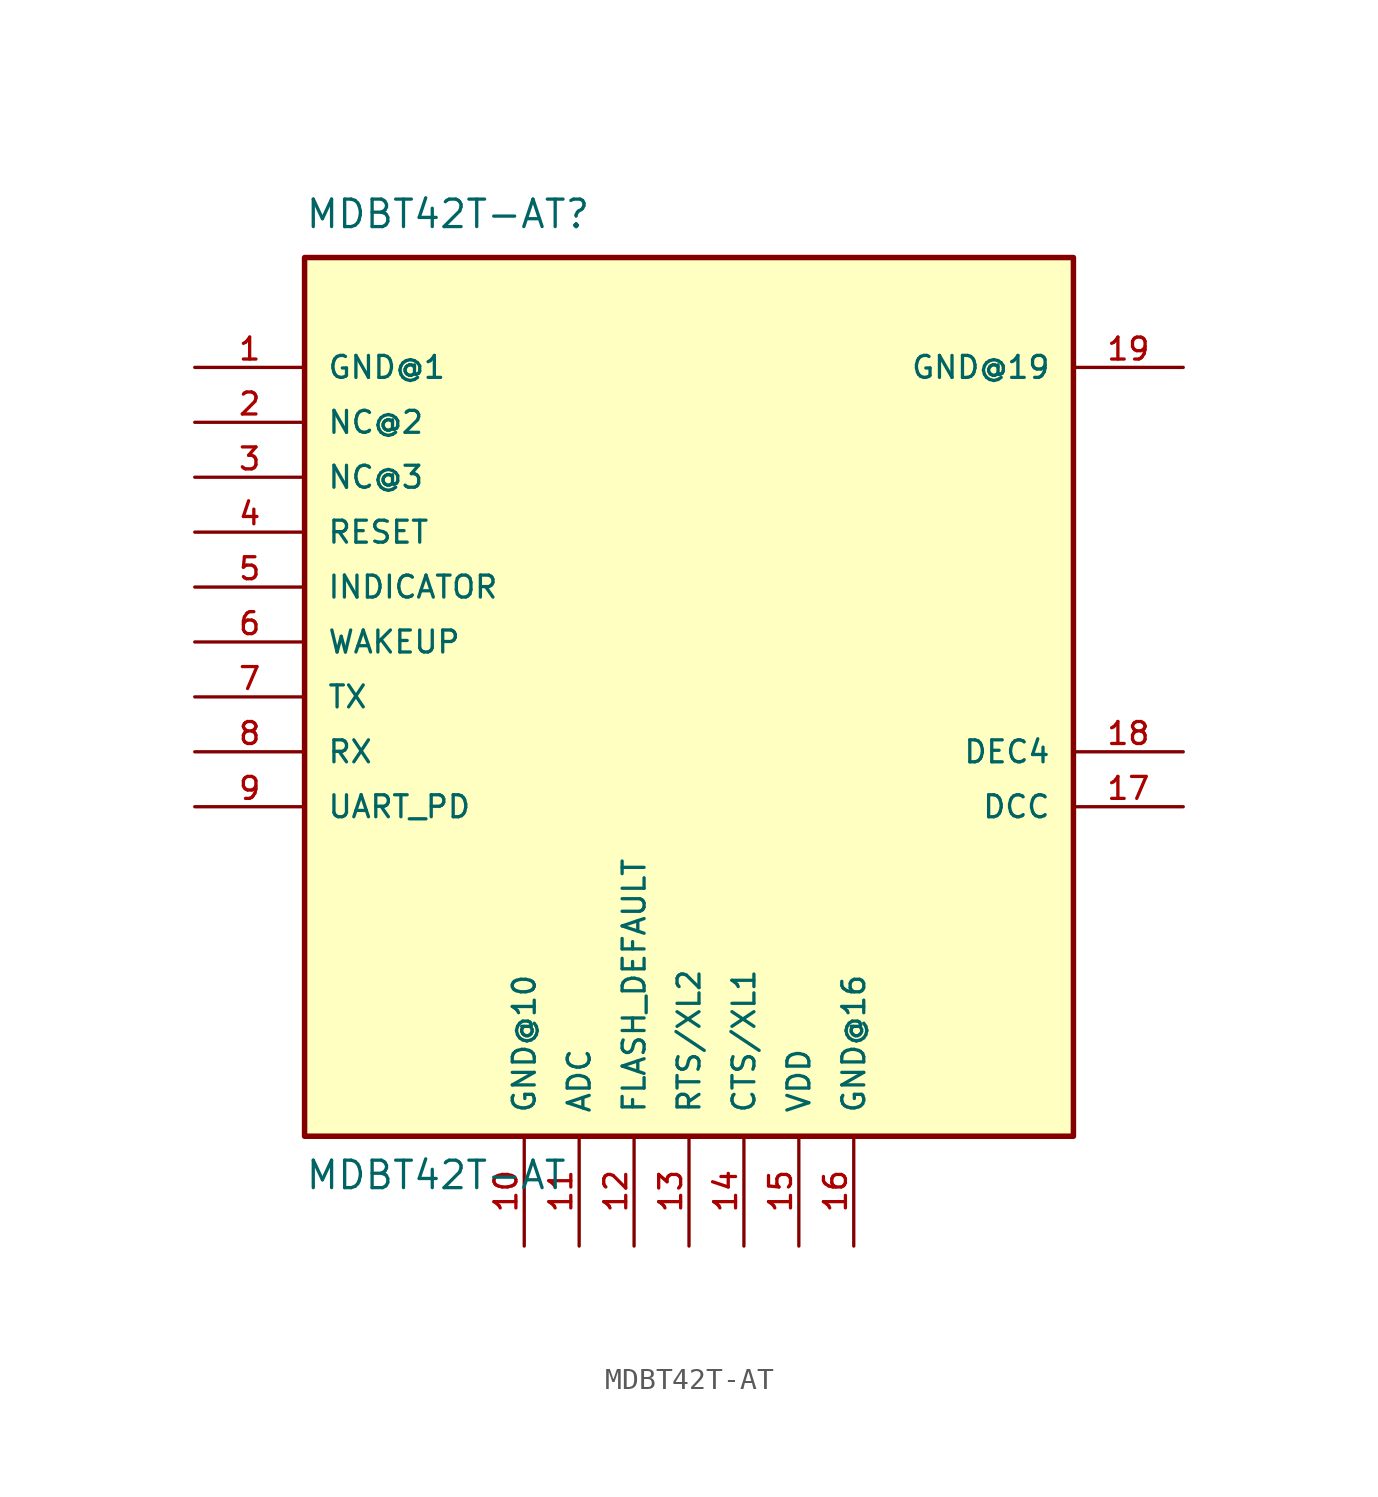
<source format=kicad_sym>
(kicad_symbol_lib
  (version 20211014)
  (generator kicad_symbol_editor)
  (symbol "MDBT42T-AT"
    (pin_names
      (offset 1.016))
    (property "Reference" "MDBT42T-AT"
      (at -17.78 21.59 0)
      (effects (font (size 1.27 1.27)) (justify bottom left)))
    (property "Value" "MDBT42T-AT"
      (at -17.78 -22.86 0)
      (effects (font (size 1.27 1.27)) (justify bottom left)))
    (symbol "MDBT42T-AT_0_0"
      (rectangle (start -17.78 -20.32) (end 17.78 20.32) (stroke (width 0.254)) (fill (type background)))
      (pin bidirectional line (at -22.86 15.24 0) (length 5.08) (name "GND@1" (effects (font (size 1.016 1.016)))) (number "1" (effects (font (size 1.016 1.016)))))
      (pin bidirectional line (at 22.86 -2.54 180.0) (length 5.08) (name "DEC4" (effects (font (size 1.016 1.016)))) (number "18" (effects (font (size 1.016 1.016)))))
      (pin bidirectional line (at 22.86 -5.08 180.0) (length 5.08) (name "DCC" (effects (font (size 1.016 1.016)))) (number "17" (effects (font (size 1.016 1.016)))))
      (pin bidirectional line (at 5.08 -25.4 90.0) (length 5.08) (name "VDD" (effects (font (size 1.016 1.016)))) (number "15" (effects (font (size 1.016 1.016)))))
      (pin bidirectional line (at -7.62 -25.4 90.0) (length 5.08) (name "GND@10" (effects (font (size 1.016 1.016)))) (number "10" (effects (font (size 1.016 1.016)))))
      (pin bidirectional line (at 2.54 -25.4 90.0) (length 5.08) (name "CTS/XL1" (effects (font (size 1.016 1.016)))) (number "14" (effects (font (size 1.016 1.016)))))
      (pin bidirectional line (at 0.0 -25.4 90.0) (length 5.08) (name "RTS/XL2" (effects (font (size 1.016 1.016)))) (number "13" (effects (font (size 1.016 1.016)))))
      (pin bidirectional line (at -2.54 -25.4 90.0) (length 5.08) (name "FLASH_DEFAULT" (effects (font (size 1.016 1.016)))) (number "12" (effects (font (size 1.016 1.016)))))
      (pin bidirectional line (at -5.08 -25.4 90.0) (length 5.08) (name "ADC" (effects (font (size 1.016 1.016)))) (number "11" (effects (font (size 1.016 1.016)))))
      (pin bidirectional line (at 7.62 -25.4 90.0) (length 5.08) (name "GND@16" (effects (font (size 1.016 1.016)))) (number "16" (effects (font (size 1.016 1.016)))))
      (pin bidirectional line (at -22.86 -5.08 0) (length 5.08) (name "UART_PD" (effects (font (size 1.016 1.016)))) (number "9" (effects (font (size 1.016 1.016)))))
      (pin bidirectional line (at -22.86 2.54 0) (length 5.08) (name "WAKEUP" (effects (font (size 1.016 1.016)))) (number "6" (effects (font (size 1.016 1.016)))))
      (pin bidirectional line (at -22.86 -2.54 0) (length 5.08) (name "RX" (effects (font (size 1.016 1.016)))) (number "8" (effects (font (size 1.016 1.016)))))
      (pin bidirectional line (at -22.86 0.0 0) (length 5.08) (name "TX" (effects (font (size 1.016 1.016)))) (number "7" (effects (font (size 1.016 1.016)))))
      (pin bidirectional line (at -22.86 5.08 0) (length 5.08) (name "INDICATOR" (effects (font (size 1.016 1.016)))) (number "5" (effects (font (size 1.016 1.016)))))
      (pin bidirectional line (at -22.86 7.62 0) (length 5.08) (name "RESET" (effects (font (size 1.016 1.016)))) (number "4" (effects (font (size 1.016 1.016)))))
      (pin bidirectional line (at -22.86 10.16 0) (length 5.08) (name "NC@3" (effects (font (size 1.016 1.016)))) (number "3" (effects (font (size 1.016 1.016)))))
      (pin bidirectional line (at -22.86 12.7 0) (length 5.08) (name "NC@2" (effects (font (size 1.016 1.016)))) (number "2" (effects (font (size 1.016 1.016)))))
      (pin bidirectional line (at 22.86 15.24 180.0) (length 5.08) (name "GND@19" (effects (font (size 1.016 1.016)))) (number "19" (effects (font (size 1.016 1.016))))))))
</source>
